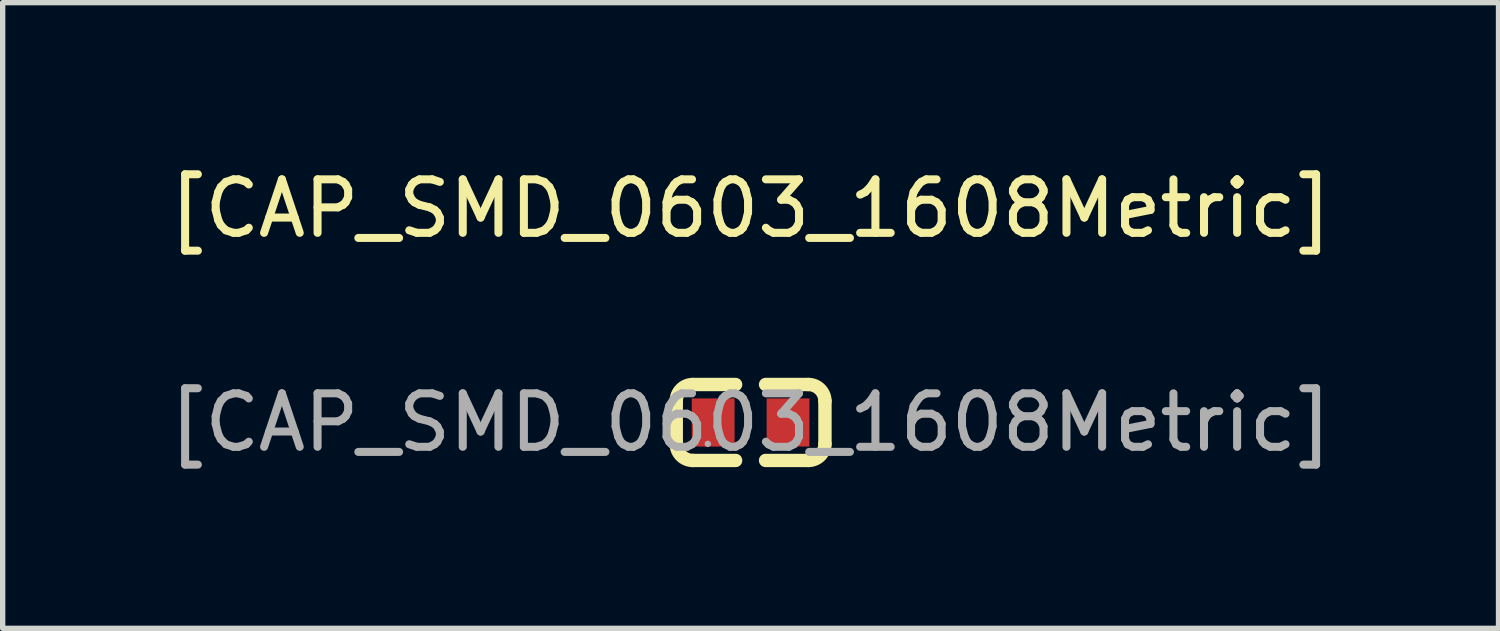
<source format=kicad_pcb>
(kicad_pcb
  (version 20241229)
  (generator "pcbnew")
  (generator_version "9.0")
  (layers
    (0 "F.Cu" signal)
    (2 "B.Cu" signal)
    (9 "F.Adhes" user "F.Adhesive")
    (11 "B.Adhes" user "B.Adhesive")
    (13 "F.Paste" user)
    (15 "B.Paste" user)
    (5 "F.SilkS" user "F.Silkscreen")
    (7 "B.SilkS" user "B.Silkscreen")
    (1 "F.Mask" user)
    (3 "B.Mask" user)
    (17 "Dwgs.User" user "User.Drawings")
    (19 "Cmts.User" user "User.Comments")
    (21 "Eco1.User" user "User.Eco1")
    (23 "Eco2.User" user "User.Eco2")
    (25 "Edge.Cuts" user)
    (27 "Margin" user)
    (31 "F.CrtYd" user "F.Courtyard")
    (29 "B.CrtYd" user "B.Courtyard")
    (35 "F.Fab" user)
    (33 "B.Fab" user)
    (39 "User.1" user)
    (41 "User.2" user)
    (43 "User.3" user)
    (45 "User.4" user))
  (footprint "[CAP_SMD_0603_1608Metric]"
    (layer "F.Cu")
    (at 10.982 4.848)
    (property "Reference" "[CAP_SMD_0603_1608Metric]" (at 0 -4 0) (layer "F.SilkS") (effects (font (size 1 1) (thickness 0.15))))
    (attr smd)
    (fp_line (start -1.39 0.4) (end -1.39 -0.4) (stroke (width 0.25) (type solid)) (layer "F.SilkS"))
    (fp_line (start -0.28 -0.71) (end -1.08 -0.71) (stroke (width 0.25) (type solid)) (layer "F.SilkS"))
    (fp_line (start -0.28 0.71) (end -1.08 0.71) (stroke (width 0.25) (type solid)) (layer "F.SilkS"))
    (fp_line (start 0.28 -0.71) (end 1.08 -0.71) (stroke (width 0.25) (type solid)) (layer "F.SilkS"))
    (fp_line (start 0.28 0.71) (end 1.08 0.71) (stroke (width 0.25) (type solid)) (layer "F.SilkS"))
    (fp_line (start 1.39 -0.4) (end 1.39 0.4) (stroke (width 0.25) (type solid)) (layer "F.SilkS"))
    (fp_arc (start -1.39 -0.4) (mid -1.299203 -0.619203) (end -1.08 -0.71) (stroke (width 0.25) (type solid)) (layer "F.SilkS"))
    (fp_arc (start -1.08 0.71) (mid -1.299203 0.619203) (end -1.39 0.4) (stroke (width 0.25) (type solid)) (layer "F.SilkS"))
    (fp_arc (start 1.08 -0.71) (mid 1.299203 -0.619203) (end 1.39 -0.4) (stroke (width 0.25) (type solid)) (layer "F.SilkS"))
    (fp_arc (start 1.39 0.4) (mid 1.299203 0.619203) (end 1.08 0.71) (stroke (width 0.25) (type solid)) (layer "F.SilkS"))
    (fp_circle (center -0.8 0.4) (end -0.77 0.4) (stroke (width 0.06) (type solid)) (fill no) (layer "F.Fab"))
    (fp_text user "${REFERENCE}" (at 0 0 0) (layer "F.Fab") (effects (font (size 1 1) (thickness 0.15))))
    (pad "1" smd rect (at -0.7 0) (size 0.8 0.9) (layers "F.Cu" "F.Mask" "F.Paste"))
    (pad "2" smd rect (at 0.7 0) (size 0.8 0.9) (layers "F.Cu" "F.Mask" "F.Paste")))
  (gr_rect
    (start -3 -3)
    (end 24.964 8.697)
    (stroke (width 0.1) (type default))
    (fill no)
    (layer "Edge.Cuts")))
</source>
